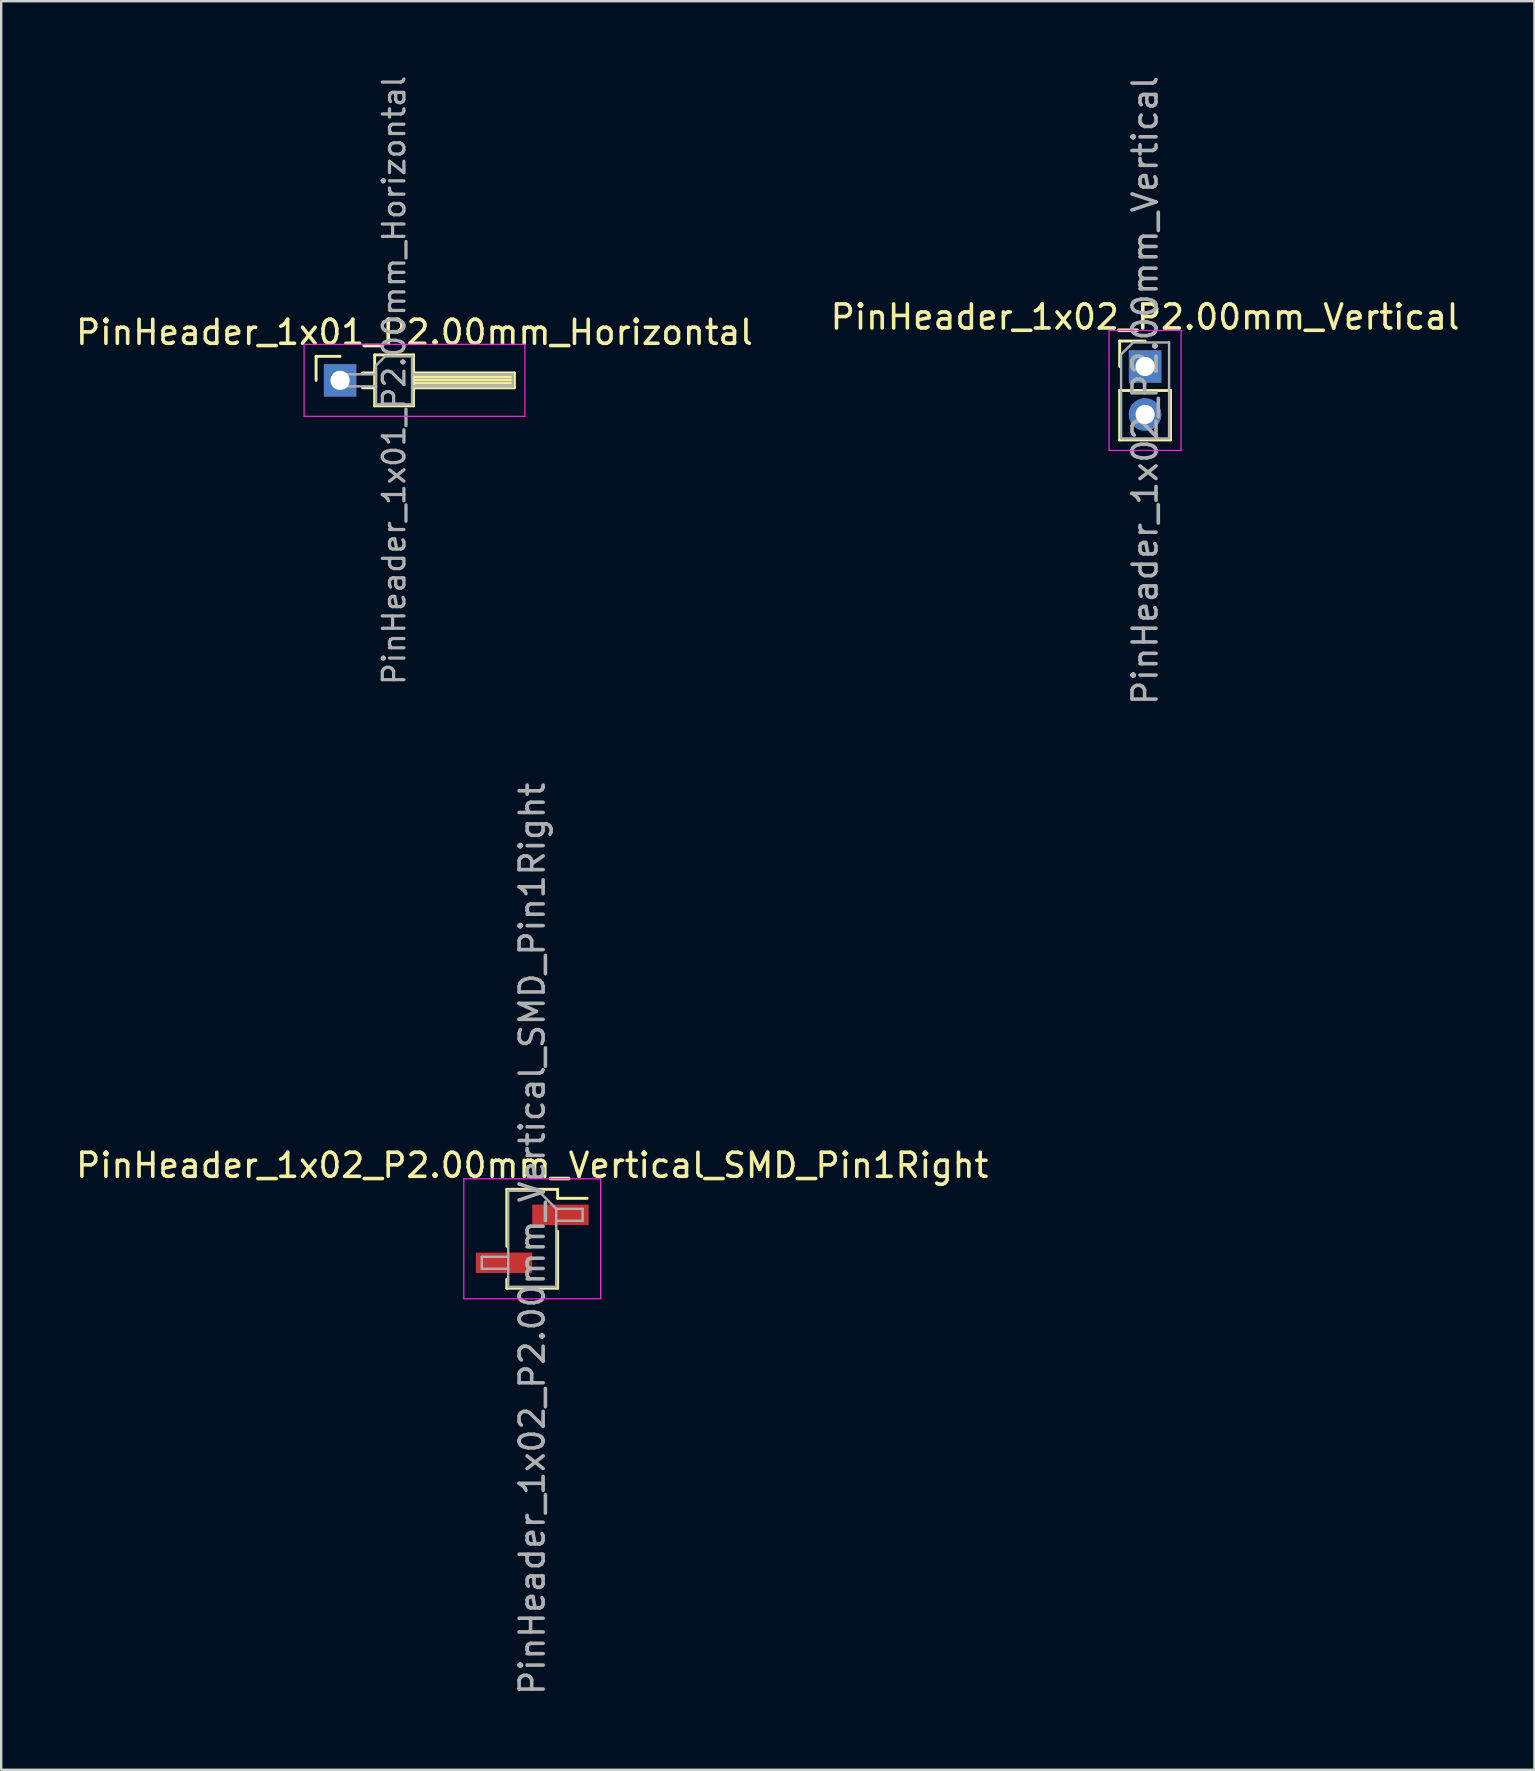
<source format=kicad_pcb>
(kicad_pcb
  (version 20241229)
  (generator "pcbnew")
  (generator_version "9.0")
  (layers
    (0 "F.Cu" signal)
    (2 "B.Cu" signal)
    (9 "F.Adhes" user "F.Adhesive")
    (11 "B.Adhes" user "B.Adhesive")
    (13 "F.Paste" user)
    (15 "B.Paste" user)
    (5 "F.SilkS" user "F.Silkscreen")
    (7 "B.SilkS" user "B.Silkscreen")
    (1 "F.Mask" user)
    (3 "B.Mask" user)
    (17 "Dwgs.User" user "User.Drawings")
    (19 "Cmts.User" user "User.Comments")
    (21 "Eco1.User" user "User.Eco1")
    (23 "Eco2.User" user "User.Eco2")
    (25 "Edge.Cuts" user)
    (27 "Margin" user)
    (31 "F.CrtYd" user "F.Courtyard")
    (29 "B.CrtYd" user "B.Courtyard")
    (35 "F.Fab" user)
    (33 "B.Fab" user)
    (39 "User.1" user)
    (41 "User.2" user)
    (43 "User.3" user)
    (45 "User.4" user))
  (footprint "PinHeader_1x01_P2.00mm_Horizontal"
    (layer "F.Cu")
    (at 11.12 12.798)
    (property "Reference" "PinHeader_1x01_P2.00mm_Horizontal" (at 3.1 -2 0) (layer "F.SilkS") (effects (font (size 1 1) (thickness 0.15))))
    (attr through_hole)
    (fp_line (start -1 -1) (end 0 -1) (stroke (width 0.12) (type solid)) (layer "F.SilkS"))
    (fp_line (start -1 0) (end -1 -1) (stroke (width 0.12) (type solid)) (layer "F.SilkS"))
    (fp_line (start 0.935 -0.31) (end 1.44 -0.31) (stroke (width 0.12) (type solid)) (layer "F.SilkS"))
    (fp_line (start 0.935 0.31) (end 1.44 0.31) (stroke (width 0.12) (type solid)) (layer "F.SilkS"))
    (fp_line (start 1.44 -1.06) (end 1.44 1.06) (stroke (width 0.12) (type solid)) (layer "F.SilkS"))
    (fp_line (start 1.44 1.06) (end 3.06 1.06) (stroke (width 0.12) (type solid)) (layer "F.SilkS"))
    (fp_line (start 3.06 -1.06) (end 1.44 -1.06) (stroke (width 0.12) (type solid)) (layer "F.SilkS"))
    (fp_line (start 3.06 -0.31) (end 7.26 -0.31) (stroke (width 0.12) (type solid)) (layer "F.SilkS"))
    (fp_line (start 3.06 -0.25) (end 7.26 -0.25) (stroke (width 0.12) (type solid)) (layer "F.SilkS"))
    (fp_line (start 3.06 -0.13) (end 7.26 -0.13) (stroke (width 0.12) (type solid)) (layer "F.SilkS"))
    (fp_line (start 3.06 -0.01) (end 7.26 -0.01) (stroke (width 0.12) (type solid)) (layer "F.SilkS"))
    (fp_line (start 3.06 0.11) (end 7.26 0.11) (stroke (width 0.12) (type solid)) (layer "F.SilkS"))
    (fp_line (start 3.06 0.23) (end 7.26 0.23) (stroke (width 0.12) (type solid)) (layer "F.SilkS"))
    (fp_line (start 3.06 1.06) (end 3.06 -1.06) (stroke (width 0.12) (type solid)) (layer "F.SilkS"))
    (fp_line (start 7.26 -0.31) (end 7.26 0.31) (stroke (width 0.12) (type solid)) (layer "F.SilkS"))
    (fp_line (start 7.26 0.31) (end 3.06 0.31) (stroke (width 0.12) (type solid)) (layer "F.SilkS"))
    (fp_line (start -1.5 -1.5) (end -1.5 1.5) (stroke (width 0.05) (type solid)) (layer "F.CrtYd"))
    (fp_line (start -1.5 1.5) (end 7.7 1.5) (stroke (width 0.05) (type solid)) (layer "F.CrtYd"))
    (fp_line (start 7.7 -1.5) (end -1.5 -1.5) (stroke (width 0.05) (type solid)) (layer "F.CrtYd"))
    (fp_line (start 7.7 1.5) (end 7.7 -1.5) (stroke (width 0.05) (type solid)) (layer "F.CrtYd"))
    (fp_line (start -0.25 -0.25) (end -0.25 0.25) (stroke (width 0.1) (type solid)) (layer "F.Fab"))
    (fp_line (start -0.25 -0.25) (end 1.5 -0.25) (stroke (width 0.1) (type solid)) (layer "F.Fab"))
    (fp_line (start -0.25 0.25) (end 1.5 0.25) (stroke (width 0.1) (type solid)) (layer "F.Fab"))
    (fp_line (start 1.5 -0.625) (end 1.875 -1) (stroke (width 0.1) (type solid)) (layer "F.Fab"))
    (fp_line (start 1.5 1) (end 1.5 -0.625) (stroke (width 0.1) (type solid)) (layer "F.Fab"))
    (fp_line (start 1.875 -1) (end 3 -1) (stroke (width 0.1) (type solid)) (layer "F.Fab"))
    (fp_line (start 3 -1) (end 3 1) (stroke (width 0.1) (type solid)) (layer "F.Fab"))
    (fp_line (start 3 -0.25) (end 7.2 -0.25) (stroke (width 0.1) (type solid)) (layer "F.Fab"))
    (fp_line (start 3 0.25) (end 7.2 0.25) (stroke (width 0.1) (type solid)) (layer "F.Fab"))
    (fp_line (start 3 1) (end 1.5 1) (stroke (width 0.1) (type solid)) (layer "F.Fab"))
    (fp_line (start 7.2 -0.25) (end 7.2 0.25) (stroke (width 0.1) (type solid)) (layer "F.Fab"))
    (fp_text user "${REFERENCE}" (at 2.25 0 90) (layer "F.Fab") (effects (font (size 0.9 0.9) (thickness 0.135))))
    (pad "1" thru_hole rect (at 0 0) (size 1.35 1.35) (drill 0.8) (layers "*.Cu" "*.Mask")))
  (footprint "PinHeader_1x02_P2.00mm_Vertical"
    (layer "F.Cu")
    (at 44.661 12.22)
    (property "Reference" "PinHeader_1x02_P2.00mm_Vertical" (at 0 -2.06 0) (layer "F.SilkS") (effects (font (size 1 1) (thickness 0.15))))
    (attr through_hole)
    (fp_line (start -1.06 -1.06) (end 0 -1.06) (stroke (width 0.12) (type solid)) (layer "F.SilkS"))
    (fp_line (start -1.06 0) (end -1.06 -1.06) (stroke (width 0.12) (type solid)) (layer "F.SilkS"))
    (fp_line (start -1.06 1) (end -1.06 3.06) (stroke (width 0.12) (type solid)) (layer "F.SilkS"))
    (fp_line (start -1.06 1) (end 1.06 1) (stroke (width 0.12) (type solid)) (layer "F.SilkS"))
    (fp_line (start -1.06 3.06) (end 1.06 3.06) (stroke (width 0.12) (type solid)) (layer "F.SilkS"))
    (fp_line (start 1.06 1) (end 1.06 3.06) (stroke (width 0.12) (type solid)) (layer "F.SilkS"))
    (fp_line (start -1.5 -1.5) (end -1.5 3.5) (stroke (width 0.05) (type solid)) (layer "F.CrtYd"))
    (fp_line (start -1.5 3.5) (end 1.5 3.5) (stroke (width 0.05) (type solid)) (layer "F.CrtYd"))
    (fp_line (start 1.5 -1.5) (end -1.5 -1.5) (stroke (width 0.05) (type solid)) (layer "F.CrtYd"))
    (fp_line (start 1.5 3.5) (end 1.5 -1.5) (stroke (width 0.05) (type solid)) (layer "F.CrtYd"))
    (fp_line (start -1 -0.5) (end -0.5 -1) (stroke (width 0.1) (type solid)) (layer "F.Fab"))
    (fp_line (start -1 3) (end -1 -0.5) (stroke (width 0.1) (type solid)) (layer "F.Fab"))
    (fp_line (start -0.5 -1) (end 1 -1) (stroke (width 0.1) (type solid)) (layer "F.Fab"))
    (fp_line (start 1 -1) (end 1 3) (stroke (width 0.1) (type solid)) (layer "F.Fab"))
    (fp_line (start 1 3) (end -1 3) (stroke (width 0.1) (type solid)) (layer "F.Fab"))
    (fp_text user "${REFERENCE}" (at 0 1 90) (layer "F.Fab") (effects (font (size 1 1) (thickness 0.15))))
    (pad "1" thru_hole rect (at 0 0) (size 1.35 1.35) (drill 0.8) (layers "*.Cu" "*.Mask"))
    (pad "2" thru_hole oval (at 0 2) (size 1.35 1.35) (drill 0.8) (layers "*.Cu" "*.Mask")))
  (footprint "PinHeader_1x02_P2.00mm_Vertical_SMD_Pin1Right"
    (layer "F.Cu")
    (at 19.125 48.565)
    (property "Reference" "PinHeader_1x02_P2.00mm_Vertical_SMD_Pin1Right" (at 0 -3.06 0) (layer "F.SilkS") (effects (font (size 1 1) (thickness 0.15))))
    (attr smd)
    (fp_line (start -1.06 -2.06) (end -1.06 0.315) (stroke (width 0.12) (type solid)) (layer "F.SilkS"))
    (fp_line (start -1.06 -2.06) (end 1.06 -2.06) (stroke (width 0.12) (type solid)) (layer "F.SilkS"))
    (fp_line (start -1.06 1.685) (end -1.06 2.06) (stroke (width 0.12) (type solid)) (layer "F.SilkS"))
    (fp_line (start -1.06 2.06) (end 1.06 2.06) (stroke (width 0.12) (type solid)) (layer "F.SilkS"))
    (fp_line (start 1.06 -2.06) (end 1.06 -1.685) (stroke (width 0.12) (type solid)) (layer "F.SilkS"))
    (fp_line (start 1.06 -1.685) (end 2.29 -1.685) (stroke (width 0.12) (type solid)) (layer "F.SilkS"))
    (fp_line (start 1.06 -0.315) (end 1.06 2.06) (stroke (width 0.12) (type solid)) (layer "F.SilkS"))
    (fp_line (start -2.85 -2.5) (end -2.85 2.5) (stroke (width 0.05) (type solid)) (layer "F.CrtYd"))
    (fp_line (start -2.85 2.5) (end 2.85 2.5) (stroke (width 0.05) (type solid)) (layer "F.CrtYd"))
    (fp_line (start 2.85 -2.5) (end -2.85 -2.5) (stroke (width 0.05) (type solid)) (layer "F.CrtYd"))
    (fp_line (start 2.85 2.5) (end 2.85 -2.5) (stroke (width 0.05) (type solid)) (layer "F.CrtYd"))
    (fp_line (start -2.1 0.75) (end -2.1 1.25) (stroke (width 0.1) (type solid)) (layer "F.Fab"))
    (fp_line (start -2.1 1.25) (end -1 1.25) (stroke (width 0.1) (type solid)) (layer "F.Fab"))
    (fp_line (start -1 -2) (end -1 2) (stroke (width 0.1) (type solid)) (layer "F.Fab"))
    (fp_line (start -1 -2) (end 0.25 -2) (stroke (width 0.1) (type solid)) (layer "F.Fab"))
    (fp_line (start -1 0.75) (end -2.1 0.75) (stroke (width 0.1) (type solid)) (layer "F.Fab"))
    (fp_line (start 1 -1.25) (end 0.25 -2) (stroke (width 0.1) (type solid)) (layer "F.Fab"))
    (fp_line (start 1 -1.25) (end 2.1 -1.25) (stroke (width 0.1) (type solid)) (layer "F.Fab"))
    (fp_line (start 1 2) (end -1 2) (stroke (width 0.1) (type solid)) (layer "F.Fab"))
    (fp_line (start 1 2) (end 1 -1.25) (stroke (width 0.1) (type solid)) (layer "F.Fab"))
    (fp_line (start 2.1 -1.25) (end 2.1 -0.75) (stroke (width 0.1) (type solid)) (layer "F.Fab"))
    (fp_line (start 2.1 -0.75) (end 1 -0.75) (stroke (width 0.1) (type solid)) (layer "F.Fab"))
    (fp_text user "${REFERENCE}" (at 0 0 90) (layer "F.Fab") (effects (font (size 1 1) (thickness 0.15))))
    (pad "1" smd rect (at 1.175 -1) (size 2.35 0.85) (layers "F.Cu" "F.Mask" "F.Paste"))
    (pad "2" smd rect (at -1.175 1) (size 2.35 0.85) (layers "F.Cu" "F.Mask" "F.Paste")))
  (gr_rect
    (start -3 -3)
    (end 60.881 70.69)
    (stroke (width 0.1) (type default))
    (fill no)
    (layer "Edge.Cuts")))
</source>
